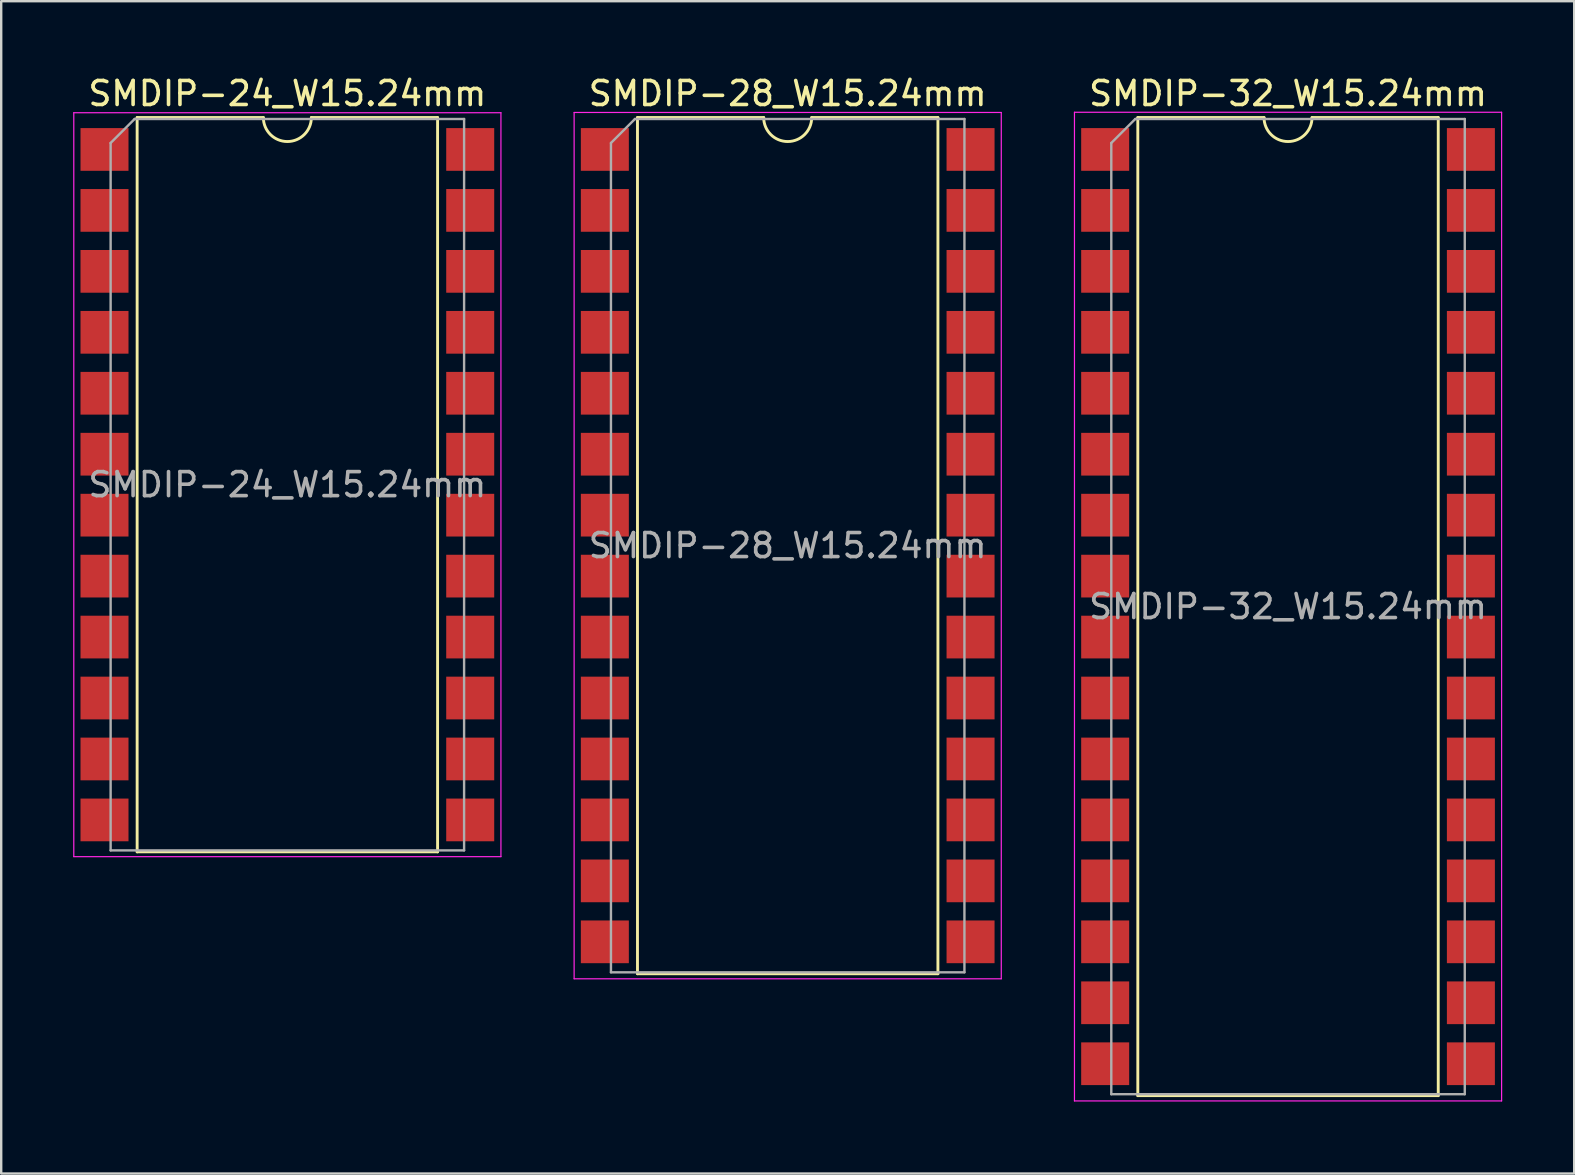
<source format=kicad_pcb>
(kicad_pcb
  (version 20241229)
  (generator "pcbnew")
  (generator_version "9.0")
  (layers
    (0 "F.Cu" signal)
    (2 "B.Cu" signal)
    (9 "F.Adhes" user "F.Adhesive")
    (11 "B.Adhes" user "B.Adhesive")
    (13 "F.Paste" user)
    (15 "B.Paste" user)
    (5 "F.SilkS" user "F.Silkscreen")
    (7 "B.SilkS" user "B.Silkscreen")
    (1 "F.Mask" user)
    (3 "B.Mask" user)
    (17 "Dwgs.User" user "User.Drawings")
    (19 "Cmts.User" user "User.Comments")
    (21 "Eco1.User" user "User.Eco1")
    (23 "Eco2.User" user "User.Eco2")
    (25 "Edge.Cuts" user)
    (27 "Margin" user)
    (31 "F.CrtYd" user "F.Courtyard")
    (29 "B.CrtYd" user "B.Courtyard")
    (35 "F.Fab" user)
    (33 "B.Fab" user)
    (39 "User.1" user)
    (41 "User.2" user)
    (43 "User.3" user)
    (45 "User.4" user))
  (footprint "SMDIP-24_W15.24mm"
    (layer "F.Cu")
    (at 8.925 17.148)
    (property "Reference" "SMDIP-24_W15.24mm" (at 0 -16.3 0) (layer "F.SilkS") (effects (font (size 1 1) (thickness 0.15))))
    (attr smd)
    (fp_line (start -6.26 -15.3) (end -6.26 15.3) (stroke (width 0.12) (type solid)) (layer "F.SilkS"))
    (fp_line (start -6.26 15.3) (end 6.26 15.3) (stroke (width 0.12) (type solid)) (layer "F.SilkS"))
    (fp_line (start -1 -15.3) (end -6.26 -15.3) (stroke (width 0.12) (type solid)) (layer "F.SilkS"))
    (fp_line (start 6.26 -15.3) (end 1 -15.3) (stroke (width 0.12) (type solid)) (layer "F.SilkS"))
    (fp_line (start 6.26 15.3) (end 6.26 -15.3) (stroke (width 0.12) (type solid)) (layer "F.SilkS"))
    (fp_arc (start 1 -15.3) (mid 0 -14.3) (end -1 -15.3) (stroke (width 0.12) (type solid)) (layer "F.SilkS"))
    (fp_line (start -8.9 -15.5) (end -8.9 15.5) (stroke (width 0.05) (type solid)) (layer "F.CrtYd"))
    (fp_line (start -8.9 15.5) (end 8.9 15.5) (stroke (width 0.05) (type solid)) (layer "F.CrtYd"))
    (fp_line (start 8.9 -15.5) (end -8.9 -15.5) (stroke (width 0.05) (type solid)) (layer "F.CrtYd"))
    (fp_line (start 8.9 15.5) (end 8.9 -15.5) (stroke (width 0.05) (type solid)) (layer "F.CrtYd"))
    (fp_line (start -7.365 -14.24) (end -6.365 -15.24) (stroke (width 0.1) (type solid)) (layer "F.Fab"))
    (fp_line (start -7.365 15.24) (end -7.365 -14.24) (stroke (width 0.1) (type solid)) (layer "F.Fab"))
    (fp_line (start -6.365 -15.24) (end 7.365 -15.24) (stroke (width 0.1) (type solid)) (layer "F.Fab"))
    (fp_line (start 7.365 -15.24) (end 7.365 15.24) (stroke (width 0.1) (type solid)) (layer "F.Fab"))
    (fp_line (start 7.365 15.24) (end -7.365 15.24) (stroke (width 0.1) (type solid)) (layer "F.Fab"))
    (fp_text user "${REFERENCE}" (at 0 0 0) (layer "F.Fab") (effects (font (size 1 1) (thickness 0.15))))
    (pad "1" smd rect (at -7.62 -13.97) (size 2 1.78) (layers "F.Cu" "F.Mask" "F.Paste"))
    (pad "2" smd rect (at -7.62 -11.43) (size 2 1.78) (layers "F.Cu" "F.Mask" "F.Paste"))
    (pad "3" smd rect (at -7.62 -8.89) (size 2 1.78) (layers "F.Cu" "F.Mask" "F.Paste"))
    (pad "4" smd rect (at -7.62 -6.35) (size 2 1.78) (layers "F.Cu" "F.Mask" "F.Paste"))
    (pad "5" smd rect (at -7.62 -3.81) (size 2 1.78) (layers "F.Cu" "F.Mask" "F.Paste"))
    (pad "6" smd rect (at -7.62 -1.27) (size 2 1.78) (layers "F.Cu" "F.Mask" "F.Paste"))
    (pad "7" smd rect (at -7.62 1.27) (size 2 1.78) (layers "F.Cu" "F.Mask" "F.Paste"))
    (pad "8" smd rect (at -7.62 3.81) (size 2 1.78) (layers "F.Cu" "F.Mask" "F.Paste"))
    (pad "9" smd rect (at -7.62 6.35) (size 2 1.78) (layers "F.Cu" "F.Mask" "F.Paste"))
    (pad "10" smd rect (at -7.62 8.89) (size 2 1.78) (layers "F.Cu" "F.Mask" "F.Paste"))
    (pad "11" smd rect (at -7.62 11.43) (size 2 1.78) (layers "F.Cu" "F.Mask" "F.Paste"))
    (pad "12" smd rect (at -7.62 13.97) (size 2 1.78) (layers "F.Cu" "F.Mask" "F.Paste"))
    (pad "13" smd rect (at 7.62 13.97) (size 2 1.78) (layers "F.Cu" "F.Mask" "F.Paste"))
    (pad "14" smd rect (at 7.62 11.43) (size 2 1.78) (layers "F.Cu" "F.Mask" "F.Paste"))
    (pad "15" smd rect (at 7.62 8.89) (size 2 1.78) (layers "F.Cu" "F.Mask" "F.Paste"))
    (pad "16" smd rect (at 7.62 6.35) (size 2 1.78) (layers "F.Cu" "F.Mask" "F.Paste"))
    (pad "17" smd rect (at 7.62 3.81) (size 2 1.78) (layers "F.Cu" "F.Mask" "F.Paste"))
    (pad "18" smd rect (at 7.62 1.27) (size 2 1.78) (layers "F.Cu" "F.Mask" "F.Paste"))
    (pad "19" smd rect (at 7.62 -1.27) (size 2 1.78) (layers "F.Cu" "F.Mask" "F.Paste"))
    (pad "20" smd rect (at 7.62 -3.81) (size 2 1.78) (layers "F.Cu" "F.Mask" "F.Paste"))
    (pad "21" smd rect (at 7.62 -6.35) (size 2 1.78) (layers "F.Cu" "F.Mask" "F.Paste"))
    (pad "22" smd rect (at 7.62 -8.89) (size 2 1.78) (layers "F.Cu" "F.Mask" "F.Paste"))
    (pad "23" smd rect (at 7.62 -11.43) (size 2 1.78) (layers "F.Cu" "F.Mask" "F.Paste"))
    (pad "24" smd rect (at 7.62 -13.97) (size 2 1.78) (layers "F.Cu" "F.Mask" "F.Paste")))
  (footprint "SMDIP-28_W15.24mm"
    (layer "F.Cu")
    (at 29.775 19.688)
    (property "Reference" "SMDIP-28_W15.24mm" (at 0 -18.84 0) (layer "F.SilkS") (effects (font (size 1 1) (thickness 0.15))))
    (attr smd)
    (fp_line (start -6.26 -17.84) (end -6.26 17.84) (stroke (width 0.12) (type solid)) (layer "F.SilkS"))
    (fp_line (start -6.26 17.84) (end 6.26 17.84) (stroke (width 0.12) (type solid)) (layer "F.SilkS"))
    (fp_line (start -1 -17.84) (end -6.26 -17.84) (stroke (width 0.12) (type solid)) (layer "F.SilkS"))
    (fp_line (start 6.26 -17.84) (end 1 -17.84) (stroke (width 0.12) (type solid)) (layer "F.SilkS"))
    (fp_line (start 6.26 17.84) (end 6.26 -17.84) (stroke (width 0.12) (type solid)) (layer "F.SilkS"))
    (fp_arc (start 1 -17.84) (mid 0 -16.84) (end -1 -17.84) (stroke (width 0.12) (type solid)) (layer "F.SilkS"))
    (fp_line (start -8.9 -18.05) (end -8.9 18.05) (stroke (width 0.05) (type solid)) (layer "F.CrtYd"))
    (fp_line (start -8.9 18.05) (end 8.9 18.05) (stroke (width 0.05) (type solid)) (layer "F.CrtYd"))
    (fp_line (start 8.9 -18.05) (end -8.9 -18.05) (stroke (width 0.05) (type solid)) (layer "F.CrtYd"))
    (fp_line (start 8.9 18.05) (end 8.9 -18.05) (stroke (width 0.05) (type solid)) (layer "F.CrtYd"))
    (fp_line (start -7.365 -16.78) (end -6.365 -17.78) (stroke (width 0.1) (type solid)) (layer "F.Fab"))
    (fp_line (start -7.365 17.78) (end -7.365 -16.78) (stroke (width 0.1) (type solid)) (layer "F.Fab"))
    (fp_line (start -6.365 -17.78) (end 7.365 -17.78) (stroke (width 0.1) (type solid)) (layer "F.Fab"))
    (fp_line (start 7.365 -17.78) (end 7.365 17.78) (stroke (width 0.1) (type solid)) (layer "F.Fab"))
    (fp_line (start 7.365 17.78) (end -7.365 17.78) (stroke (width 0.1) (type solid)) (layer "F.Fab"))
    (fp_text user "${REFERENCE}" (at 0 0 0) (layer "F.Fab") (effects (font (size 1 1) (thickness 0.15))))
    (pad "1" smd rect (at -7.62 -16.51) (size 2 1.78) (layers "F.Cu" "F.Mask" "F.Paste"))
    (pad "2" smd rect (at -7.62 -13.97) (size 2 1.78) (layers "F.Cu" "F.Mask" "F.Paste"))
    (pad "3" smd rect (at -7.62 -11.43) (size 2 1.78) (layers "F.Cu" "F.Mask" "F.Paste"))
    (pad "4" smd rect (at -7.62 -8.89) (size 2 1.78) (layers "F.Cu" "F.Mask" "F.Paste"))
    (pad "5" smd rect (at -7.62 -6.35) (size 2 1.78) (layers "F.Cu" "F.Mask" "F.Paste"))
    (pad "6" smd rect (at -7.62 -3.81) (size 2 1.78) (layers "F.Cu" "F.Mask" "F.Paste"))
    (pad "7" smd rect (at -7.62 -1.27) (size 2 1.78) (layers "F.Cu" "F.Mask" "F.Paste"))
    (pad "8" smd rect (at -7.62 1.27) (size 2 1.78) (layers "F.Cu" "F.Mask" "F.Paste"))
    (pad "9" smd rect (at -7.62 3.81) (size 2 1.78) (layers "F.Cu" "F.Mask" "F.Paste"))
    (pad "10" smd rect (at -7.62 6.35) (size 2 1.78) (layers "F.Cu" "F.Mask" "F.Paste"))
    (pad "11" smd rect (at -7.62 8.89) (size 2 1.78) (layers "F.Cu" "F.Mask" "F.Paste"))
    (pad "12" smd rect (at -7.62 11.43) (size 2 1.78) (layers "F.Cu" "F.Mask" "F.Paste"))
    (pad "13" smd rect (at -7.62 13.97) (size 2 1.78) (layers "F.Cu" "F.Mask" "F.Paste"))
    (pad "14" smd rect (at -7.62 16.51) (size 2 1.78) (layers "F.Cu" "F.Mask" "F.Paste"))
    (pad "15" smd rect (at 7.62 16.51) (size 2 1.78) (layers "F.Cu" "F.Mask" "F.Paste"))
    (pad "16" smd rect (at 7.62 13.97) (size 2 1.78) (layers "F.Cu" "F.Mask" "F.Paste"))
    (pad "17" smd rect (at 7.62 11.43) (size 2 1.78) (layers "F.Cu" "F.Mask" "F.Paste"))
    (pad "18" smd rect (at 7.62 8.89) (size 2 1.78) (layers "F.Cu" "F.Mask" "F.Paste"))
    (pad "19" smd rect (at 7.62 6.35) (size 2 1.78) (layers "F.Cu" "F.Mask" "F.Paste"))
    (pad "20" smd rect (at 7.62 3.81) (size 2 1.78) (layers "F.Cu" "F.Mask" "F.Paste"))
    (pad "21" smd rect (at 7.62 1.27) (size 2 1.78) (layers "F.Cu" "F.Mask" "F.Paste"))
    (pad "22" smd rect (at 7.62 -1.27) (size 2 1.78) (layers "F.Cu" "F.Mask" "F.Paste"))
    (pad "23" smd rect (at 7.62 -3.81) (size 2 1.78) (layers "F.Cu" "F.Mask" "F.Paste"))
    (pad "24" smd rect (at 7.62 -6.35) (size 2 1.78) (layers "F.Cu" "F.Mask" "F.Paste"))
    (pad "25" smd rect (at 7.62 -8.89) (size 2 1.78) (layers "F.Cu" "F.Mask" "F.Paste"))
    (pad "26" smd rect (at 7.62 -11.43) (size 2 1.78) (layers "F.Cu" "F.Mask" "F.Paste"))
    (pad "27" smd rect (at 7.62 -13.97) (size 2 1.78) (layers "F.Cu" "F.Mask" "F.Paste"))
    (pad "28" smd rect (at 7.62 -16.51) (size 2 1.78) (layers "F.Cu" "F.Mask" "F.Paste")))
  (footprint "SMDIP-32_W15.24mm"
    (layer "F.Cu")
    (at 50.625 22.228)
    (property "Reference" "SMDIP-32_W15.24mm" (at 0 -21.38 0) (layer "F.SilkS") (effects (font (size 1 1) (thickness 0.15))))
    (attr smd)
    (fp_line (start -6.26 -20.38) (end -6.26 20.38) (stroke (width 0.12) (type solid)) (layer "F.SilkS"))
    (fp_line (start -6.26 20.38) (end 6.26 20.38) (stroke (width 0.12) (type solid)) (layer "F.SilkS"))
    (fp_line (start -1 -20.38) (end -6.26 -20.38) (stroke (width 0.12) (type solid)) (layer "F.SilkS"))
    (fp_line (start 6.26 -20.38) (end 1 -20.38) (stroke (width 0.12) (type solid)) (layer "F.SilkS"))
    (fp_line (start 6.26 20.38) (end 6.26 -20.38) (stroke (width 0.12) (type solid)) (layer "F.SilkS"))
    (fp_arc (start 1 -20.38) (mid 0 -19.38) (end -1 -20.38) (stroke (width 0.12) (type solid)) (layer "F.SilkS"))
    (fp_line (start -8.9 -20.6) (end -8.9 20.6) (stroke (width 0.05) (type solid)) (layer "F.CrtYd"))
    (fp_line (start -8.9 20.6) (end 8.9 20.6) (stroke (width 0.05) (type solid)) (layer "F.CrtYd"))
    (fp_line (start 8.9 -20.6) (end -8.9 -20.6) (stroke (width 0.05) (type solid)) (layer "F.CrtYd"))
    (fp_line (start 8.9 20.6) (end 8.9 -20.6) (stroke (width 0.05) (type solid)) (layer "F.CrtYd"))
    (fp_line (start -7.365 -19.32) (end -6.365 -20.32) (stroke (width 0.1) (type solid)) (layer "F.Fab"))
    (fp_line (start -7.365 20.32) (end -7.365 -19.32) (stroke (width 0.1) (type solid)) (layer "F.Fab"))
    (fp_line (start -6.365 -20.32) (end 7.365 -20.32) (stroke (width 0.1) (type solid)) (layer "F.Fab"))
    (fp_line (start 7.365 -20.32) (end 7.365 20.32) (stroke (width 0.1) (type solid)) (layer "F.Fab"))
    (fp_line (start 7.365 20.32) (end -7.365 20.32) (stroke (width 0.1) (type solid)) (layer "F.Fab"))
    (fp_text user "${REFERENCE}" (at 0 0 0) (layer "F.Fab") (effects (font (size 1 1) (thickness 0.15))))
    (pad "1" smd rect (at -7.62 -19.05) (size 2 1.78) (layers "F.Cu" "F.Mask" "F.Paste"))
    (pad "2" smd rect (at -7.62 -16.51) (size 2 1.78) (layers "F.Cu" "F.Mask" "F.Paste"))
    (pad "3" smd rect (at -7.62 -13.97) (size 2 1.78) (layers "F.Cu" "F.Mask" "F.Paste"))
    (pad "4" smd rect (at -7.62 -11.43) (size 2 1.78) (layers "F.Cu" "F.Mask" "F.Paste"))
    (pad "5" smd rect (at -7.62 -8.89) (size 2 1.78) (layers "F.Cu" "F.Mask" "F.Paste"))
    (pad "6" smd rect (at -7.62 -6.35) (size 2 1.78) (layers "F.Cu" "F.Mask" "F.Paste"))
    (pad "7" smd rect (at -7.62 -3.81) (size 2 1.78) (layers "F.Cu" "F.Mask" "F.Paste"))
    (pad "8" smd rect (at -7.62 -1.27) (size 2 1.78) (layers "F.Cu" "F.Mask" "F.Paste"))
    (pad "9" smd rect (at -7.62 1.27) (size 2 1.78) (layers "F.Cu" "F.Mask" "F.Paste"))
    (pad "10" smd rect (at -7.62 3.81) (size 2 1.78) (layers "F.Cu" "F.Mask" "F.Paste"))
    (pad "11" smd rect (at -7.62 6.35) (size 2 1.78) (layers "F.Cu" "F.Mask" "F.Paste"))
    (pad "12" smd rect (at -7.62 8.89) (size 2 1.78) (layers "F.Cu" "F.Mask" "F.Paste"))
    (pad "13" smd rect (at -7.62 11.43) (size 2 1.78) (layers "F.Cu" "F.Mask" "F.Paste"))
    (pad "14" smd rect (at -7.62 13.97) (size 2 1.78) (layers "F.Cu" "F.Mask" "F.Paste"))
    (pad "15" smd rect (at -7.62 16.51) (size 2 1.78) (layers "F.Cu" "F.Mask" "F.Paste"))
    (pad "16" smd rect (at -7.62 19.05) (size 2 1.78) (layers "F.Cu" "F.Mask" "F.Paste"))
    (pad "17" smd rect (at 7.62 19.05) (size 2 1.78) (layers "F.Cu" "F.Mask" "F.Paste"))
    (pad "18" smd rect (at 7.62 16.51) (size 2 1.78) (layers "F.Cu" "F.Mask" "F.Paste"))
    (pad "19" smd rect (at 7.62 13.97) (size 2 1.78) (layers "F.Cu" "F.Mask" "F.Paste"))
    (pad "20" smd rect (at 7.62 11.43) (size 2 1.78) (layers "F.Cu" "F.Mask" "F.Paste"))
    (pad "21" smd rect (at 7.62 8.89) (size 2 1.78) (layers "F.Cu" "F.Mask" "F.Paste"))
    (pad "22" smd rect (at 7.62 6.35) (size 2 1.78) (layers "F.Cu" "F.Mask" "F.Paste"))
    (pad "23" smd rect (at 7.62 3.81) (size 2 1.78) (layers "F.Cu" "F.Mask" "F.Paste"))
    (pad "24" smd rect (at 7.62 1.27) (size 2 1.78) (layers "F.Cu" "F.Mask" "F.Paste"))
    (pad "25" smd rect (at 7.62 -1.27) (size 2 1.78) (layers "F.Cu" "F.Mask" "F.Paste"))
    (pad "26" smd rect (at 7.62 -3.81) (size 2 1.78) (layers "F.Cu" "F.Mask" "F.Paste"))
    (pad "27" smd rect (at 7.62 -6.35) (size 2 1.78) (layers "F.Cu" "F.Mask" "F.Paste"))
    (pad "28" smd rect (at 7.62 -8.89) (size 2 1.78) (layers "F.Cu" "F.Mask" "F.Paste"))
    (pad "29" smd rect (at 7.62 -11.43) (size 2 1.78) (layers "F.Cu" "F.Mask" "F.Paste"))
    (pad "30" smd rect (at 7.62 -13.97) (size 2 1.78) (layers "F.Cu" "F.Mask" "F.Paste"))
    (pad "31" smd rect (at 7.62 -16.51) (size 2 1.78) (layers "F.Cu" "F.Mask" "F.Paste"))
    (pad "32" smd rect (at 7.62 -19.05) (size 2 1.78) (layers "F.Cu" "F.Mask" "F.Paste")))
  (gr_rect
    (start -3 -3)
    (end 62.55 45.853)
    (stroke (width 0.1) (type default))
    (fill no)
    (layer "Edge.Cuts")))
</source>
